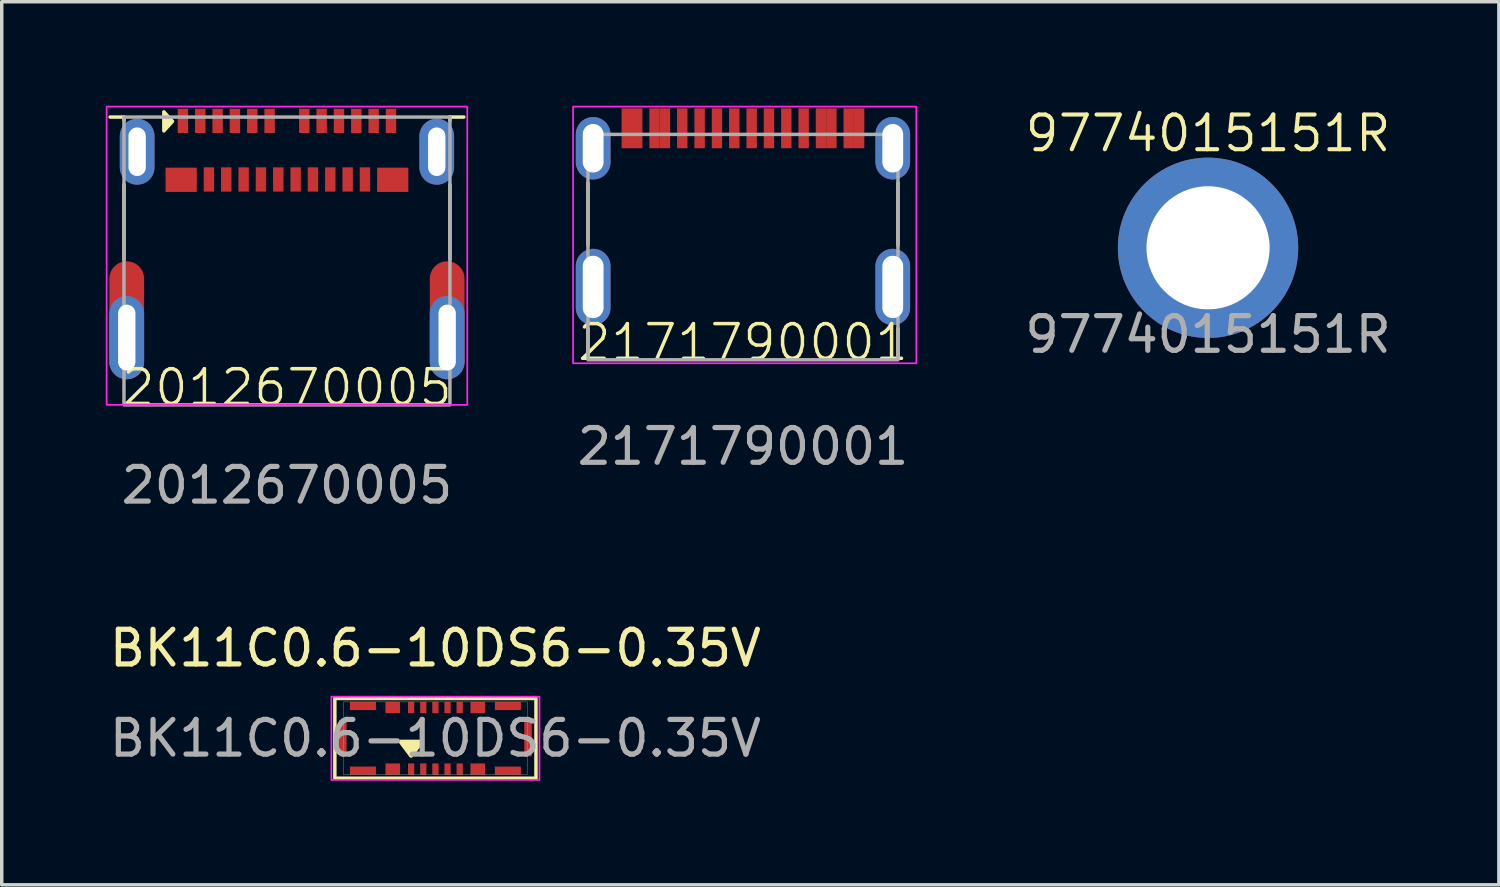
<source format=kicad_pcb>
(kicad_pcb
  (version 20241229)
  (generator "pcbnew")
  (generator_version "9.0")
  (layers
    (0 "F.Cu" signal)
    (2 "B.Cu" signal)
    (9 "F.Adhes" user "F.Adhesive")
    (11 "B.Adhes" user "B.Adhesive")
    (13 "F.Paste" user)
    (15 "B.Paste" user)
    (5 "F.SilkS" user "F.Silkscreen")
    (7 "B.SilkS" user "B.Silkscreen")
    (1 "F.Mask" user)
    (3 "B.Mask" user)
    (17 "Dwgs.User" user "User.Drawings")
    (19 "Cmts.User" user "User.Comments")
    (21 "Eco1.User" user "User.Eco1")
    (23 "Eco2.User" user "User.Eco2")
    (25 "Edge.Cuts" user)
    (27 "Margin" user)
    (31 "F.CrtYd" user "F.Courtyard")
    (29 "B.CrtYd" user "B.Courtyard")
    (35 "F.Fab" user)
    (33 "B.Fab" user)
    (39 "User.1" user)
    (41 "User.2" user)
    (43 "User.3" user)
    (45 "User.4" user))
  (footprint "BK11C0.6-10DS6-0.35V"
    (layer "F.Cu")
    (at 9.506 18.241)
    (property "Reference" "BK11C0.6-10DS6-0.35V" (at 0 -2.6 0) (unlocked yes) (layer "F.SilkS") (effects (font (size 1 1) (thickness 0.15))))
    (attr smd)
    (fp_rect (start -2.9 -1.15) (end 2.9 1.15) (stroke (width 0.1) (type solid)) (fill no) (layer "F.SilkS"))
    (fp_poly (pts (xy -1 0.1) (xy -0.4 0.1) (xy -0.7 0.5)) (stroke (width 0.12) (type solid)) (fill yes) (layer "F.SilkS"))
    (fp_rect (start -3 -1.2) (end 3 1.2) (stroke (width 0.05) (type solid)) (fill no) (layer "F.CrtYd"))
    (fp_rect (start -2.65 -1.05) (end 2.65 1.05) (stroke (width 0.01) (type solid)) (fill no) (layer "F.Fab"))
    (fp_text user "${REFERENCE}" (at 0 0 0) (unlocked yes) (layer "F.Fab") (effects (font (size 1 1) (thickness 0.15))))
    (pad "1" smd rect (at -0.7 0.887) (size 0.18 0.325) (layers "F.Cu" "F.Mask" "F.Paste"))
    (pad "2" smd rect (at -0.7 -0.887) (size 0.18 0.325) (layers "F.Cu" "F.Mask" "F.Paste"))
    (pad "3" smd rect (at -0.35 0.887) (size 0.18 0.325) (layers "F.Cu" "F.Mask" "F.Paste"))
    (pad "4" smd rect (at -0.35 -0.887) (size 0.18 0.325) (layers "F.Cu" "F.Mask" "F.Paste"))
    (pad "5" smd rect (at 0 0.887) (size 0.18 0.325) (layers "F.Cu" "F.Mask" "F.Paste"))
    (pad "6" smd rect (at 0 -0.887) (size 0.18 0.325) (layers "F.Cu" "F.Mask" "F.Paste"))
    (pad "7" smd rect (at 0.35 0.887) (size 0.18 0.325) (layers "F.Cu" "F.Mask" "F.Paste"))
    (pad "8" smd rect (at 0.35 -0.887) (size 0.18 0.325) (layers "F.Cu" "F.Mask" "F.Paste"))
    (pad "9" smd rect (at 0.7 0.887) (size 0.18 0.325) (layers "F.Cu" "F.Mask" "F.Paste"))
    (pad "10" smd rect (at 0.7 -0.887) (size 0.18 0.325) (layers "F.Cu" "F.Mask" "F.Paste"))
    (pad "MTL" smd rect (at -2.67 0) (size 0.215 1.04) (layers "F.Cu" "F.Mask" "F.Paste"))
    (pad "MTL" smd rect (at -2.09 -0.932) (size 0.75 0.235) (layers "F.Cu" "F.Mask" "F.Paste"))
    (pad "MTL" smd rect (at -2.09 0.932) (size 0.75 0.235) (layers "F.Cu" "F.Mask" "F.Paste"))
    (pad "MTR" smd rect (at 2.09 -0.932) (size 0.75 0.235) (layers "F.Cu" "F.Mask" "F.Paste"))
    (pad "MTR" smd rect (at 2.09 0.932) (size 0.75 0.235) (layers "F.Cu" "F.Mask" "F.Paste"))
    (pad "MTR" smd rect (at 2.67 0) (size 0.215 1.04) (layers "F.Cu" "F.Mask" "F.Paste"))
    (pad "P1+" smd rect (at -1.23 0.887) (size 0.42 0.325) (layers "F.Cu" "F.Mask" "F.Paste"))
    (pad "P1-" smd rect (at -1.23 -0.887) (size 0.42 0.325) (layers "F.Cu" "F.Mask" "F.Paste"))
    (pad "P2+" smd rect (at 1.22 0.887) (size 0.42 0.325) (layers "F.Cu" "F.Mask" "F.Paste"))
    (pad "P2-" smd rect (at 1.22 -0.887) (size 0.42 0.325) (layers "F.Cu" "F.Mask" "F.Paste")))
  (footprint "2171790001"
    (layer "F.Cu")
    (at 18.375 7.325)
    (property "Reference" "2171790001" (at 0 -0.5 0) (unlocked yes) (layer "F.SilkS") (effects (font (size 1 1) (thickness 0.1))))
    (attr through_hole)
    (fp_line (start -4.47 -5.1) (end -4.47 -3.3) (stroke (width 0.1) (type default)) (layer "F.SilkS"))
    (fp_line (start -4.47 -0.9) (end -4.47 -0.1) (stroke (width 0.1) (type default)) (layer "F.SilkS"))
    (fp_line (start 4.47 -5.1) (end 4.47 -3.3) (stroke (width 0.1) (type default)) (layer "F.SilkS"))
    (fp_line (start 4.47 -0.9) (end 4.47 -0.1) (stroke (width 0.1) (type default)) (layer "F.SilkS"))
    (fp_rect (start -4.9 -7.3) (end 5 0.1) (stroke (width 0.05) (type default)) (fill no) (layer "F.CrtYd"))
    (fp_rect (start -4.47 -6.5) (end 4.47 0) (stroke (width 0.1) (type default)) (fill no) (layer "F.Fab"))
    (fp_text user "${REFERENCE}" (at 0 2.5 0) (unlocked yes) (layer "F.Fab") (effects (font (size 1 1) (thickness 0.15))))
    (pad "A1" smd rect (at -3.35 -6.675) (size 0.3 1.15) (layers "F.Cu" "F.Mask" "F.Paste"))
    (pad "A4" smd rect (at -2.55 -6.675) (size 0.3 1.15) (layers "F.Cu" "F.Mask" "F.Paste"))
    (pad "A5" smd rect (at -1.25 -6.675) (size 0.3 1.15) (layers "F.Cu" "F.Mask" "F.Paste"))
    (pad "A6" smd rect (at -0.25 -6.675) (size 0.3 1.15) (layers "F.Cu" "F.Mask" "F.Paste"))
    (pad "A7" smd rect (at 0.25 -6.675) (size 0.3 1.15) (layers "F.Cu" "F.Mask" "F.Paste"))
    (pad "A8" smd rect (at 1.25 -6.675) (size 0.3 1.15) (layers "F.Cu" "F.Mask" "F.Paste"))
    (pad "A9" smd rect (at 2.55 -6.675) (size 0.3 1.15) (layers "F.Cu" "F.Mask" "F.Paste"))
    (pad "A12" smd rect (at 3.35 -6.675) (size 0.3 1.15) (layers "F.Cu" "F.Mask" "F.Paste"))
    (pad "B1" smd rect (at 3.05 -6.675) (size 0.3 1.15) (layers "F.Cu" "F.Mask" "F.Paste"))
    (pad "B4" smd rect (at 2.25 -6.675) (size 0.3 1.15) (layers "F.Cu" "F.Mask" "F.Paste"))
    (pad "B5" smd rect (at 1.75 -6.675) (size 0.3 1.15) (layers "F.Cu" "F.Mask" "F.Paste"))
    (pad "B6" smd rect (at 0.75 -6.675) (size 0.3 1.15) (layers "F.Cu" "F.Mask" "F.Paste"))
    (pad "B7" smd rect (at -0.75 -6.675) (size 0.3 1.15) (layers "F.Cu" "F.Mask" "F.Paste"))
    (pad "B8" smd rect (at -1.75 -6.675) (size 0.3 1.15) (layers "F.Cu" "F.Mask" "F.Paste"))
    (pad "B9" smd rect (at -2.25 -6.675) (size 0.3 1.15) (layers "F.Cu" "F.Mask" "F.Paste"))
    (pad "B12" smd rect (at -3.05 -6.675) (size 0.3 1.15) (layers "F.Cu" "F.Mask" "F.Paste"))
    (pad "BL" thru_hole oval (at -4.32 -6.1) (size 1 1.8) (drill oval 0.6 1.4) (layers "*.Cu" "*.Mask" "F.Paste"))
    (pad "BL" thru_hole oval (at 4.32 -6.1) (size 1 1.8) (drill oval 0.6 1.4) (layers "*.Cu" "*.Mask" "F.Paste"))
    (pad "SH" thru_hole oval (at -4.32 -2.1) (size 1 2.2) (drill oval 0.6 1.8) (layers "*.Cu" "*.Mask" "F.Paste"))
    (pad "SH" thru_hole oval (at 4.32 -2.1) (size 1 2.2) (drill oval 0.6 1.8) (layers "*.Cu" "*.Mask" "F.Paste")))
  (footprint "2012670005"
    (layer "F.Cu")
    (at 5.225 8.445)
    (property "Reference" "2012670005" (at 0 -0.32 0) (unlocked yes) (layer "F.SilkS") (effects (font (size 1 1) (thickness 0.1))))
    (attr through_hole)
    (fp_line (start -4.7 -8.12) (end -5.1 -8.12) (stroke (width 0.1) (type default)) (layer "F.SilkS"))
    (fp_line (start -4.7 -8.12) (end -4.7 -8.02) (stroke (width 0.1) (type default)) (layer "F.SilkS"))
    (fp_line (start -4.7 -4.02) (end -4.7 -6.17) (stroke (width 0.1) (type default)) (layer "F.SilkS"))
    (fp_line (start 4.7 -8.12) (end 4.7 -8.02) (stroke (width 0.1) (type default)) (layer "F.SilkS"))
    (fp_line (start 4.7 -8.12) (end 5.1 -8.12) (stroke (width 0.1) (type default)) (layer "F.SilkS"))
    (fp_line (start 4.7 -4.02) (end 4.7 -6.17) (stroke (width 0.1) (type default)) (layer "F.SilkS"))
    (fp_poly (pts (xy -3.55 -8.27) (xy -3.3 -7.995) (xy -3.55 -7.72)) (stroke (width 0.1) (type solid)) (fill yes) (layer "F.SilkS"))
    (fp_rect (start -5.2 -8.42) (end 5.2 0.18) (stroke (width 0.05) (type default)) (fill no) (layer "F.CrtYd"))
    (fp_rect (start -4.7 -8.12) (end 4.7 0.18) (stroke (width 0.1) (type default)) (fill no) (layer "F.Fab"))
    (fp_text user "${REFERENCE}" (at 0 2.5 0) (unlocked yes) (layer "F.Fab") (effects (font (size 1 1) (thickness 0.15))))
    (pad "A1" smd rect (at -3 -8.01) (size 0.3 0.7) (layers "F.Cu" "F.Mask" "F.Paste"))
    (pad "A2" smd rect (at -2.5 -8.01) (size 0.3 0.7) (layers "F.Cu" "F.Mask" "F.Paste"))
    (pad "A3" smd rect (at -2 -8.01) (size 0.3 0.7) (layers "F.Cu" "F.Mask" "F.Paste"))
    (pad "A4" smd rect (at -1.5 -8.01) (size 0.3 0.7) (layers "F.Cu" "F.Mask" "F.Paste"))
    (pad "A5" smd rect (at -1 -8.01) (size 0.3 0.7) (layers "F.Cu" "F.Mask" "F.Paste"))
    (pad "A6" smd rect (at -0.5 -8.01) (size 0.3 0.7) (layers "F.Cu" "F.Mask" "F.Paste"))
    (pad "A7" smd rect (at 0.5 -8.01) (size 0.3 0.7) (layers "F.Cu" "F.Mask" "F.Paste"))
    (pad "A8" smd rect (at 1 -8.01) (size 0.3 0.7) (layers "F.Cu" "F.Mask" "F.Paste"))
    (pad "A9" smd rect (at 1.5 -8.01) (size 0.3 0.7) (layers "F.Cu" "F.Mask" "F.Paste"))
    (pad "A10" smd rect (at 2 -8.01) (size 0.3 0.7) (layers "F.Cu" "F.Mask" "F.Paste"))
    (pad "A11" smd rect (at 2.5 -8.01) (size 0.3 0.7) (layers "F.Cu" "F.Mask" "F.Paste"))
    (pad "A12" smd rect (at 3 -8.01) (size 0.3 0.7) (layers "F.Cu" "F.Mask" "F.Paste"))
    (pad "B1" smd rect (at 3.05 -6.31) (size 0.9 0.7) (layers "F.Cu" "F.Mask" "F.Paste"))
    (pad "B2" smd rect (at 2.25 -6.32) (size 0.3 0.7) (layers "F.Cu" "F.Mask" "F.Paste"))
    (pad "B3" smd rect (at 1.75 -6.32) (size 0.3 0.7) (layers "F.Cu" "F.Mask" "F.Paste"))
    (pad "B4" smd rect (at 1.25 -6.32) (size 0.3 0.7) (layers "F.Cu" "F.Mask" "F.Paste"))
    (pad "B5" smd rect (at 0.75 -6.32) (size 0.3 0.7) (layers "F.Cu" "F.Mask" "F.Paste"))
    (pad "B6" smd rect (at 0.25 -6.32) (size 0.3 0.7) (layers "F.Cu" "F.Mask" "F.Paste"))
    (pad "B7" smd rect (at -0.25 -6.32) (size 0.3 0.7) (layers "F.Cu" "F.Mask" "F.Paste"))
    (pad "B8" smd rect (at -0.75 -6.32) (size 0.3 0.7) (layers "F.Cu" "F.Mask" "F.Paste"))
    (pad "B9" smd rect (at -1.25 -6.32) (size 0.3 0.7) (layers "F.Cu" "F.Mask" "F.Paste"))
    (pad "B10" smd rect (at -1.75 -6.32) (size 0.3 0.7) (layers "F.Cu" "F.Mask" "F.Paste"))
    (pad "B11" smd rect (at -2.25 -6.32) (size 0.3 0.7) (layers "F.Cu" "F.Mask" "F.Paste"))
    (pad "B12" smd rect (at -3.05 -6.31) (size 0.9 0.7) (layers "F.Cu" "F.Mask" "F.Paste"))
    (pad "BLADE" thru_hole oval (at -4.32 -7.12) (size 1 1.9) (drill oval 0.5 1.4) (layers "*.Cu" "*.Mask" "F.Paste"))
    (pad "BLADE" thru_hole oval (at 4.32 -7.12) (size 1 1.9) (drill oval 0.5 1.4) (layers "*.Cu" "*.Mask" "F.Paste"))
    (pad "SHELL" smd oval (at -4.62 -2.26) (size 1 3.4) (layers "F.Cu" "F.Mask" "F.Paste"))
    (pad "SHELL" thru_hole oval (at -4.62 -1.76) (size 1 2.4) (drill oval 0.5 1.9) (layers "*.Cu" "*.Mask"))
    (pad "SHELL" smd oval (at 4.62 -2.26) (size 1 3.4) (layers "F.Cu" "F.Mask" "F.Paste"))
    (pad "SHELL" thru_hole oval (at 4.62 -1.76) (size 1 2.4) (drill oval 0.5 1.9) (layers "*.Cu" "*.Mask")))
  (footprint "9774015151R"
    (layer "F.Cu")
    (at 31.787 4.096)
    (property "Reference" "9774015151R" (at 0 -3.3 0) (unlocked yes) (layer "F.SilkS") (effects (font (size 1 1) (thickness 0.12))))
    (attr through_hole)
    (fp_circle (center 0 0) (end 0 -2.2) (stroke (width 0.1) (type default)) (fill no) (layer "User.2"))
    (fp_text user "${REFERENCE}" (at 0 2.5 0) (unlocked yes) (layer "F.Fab") (effects (font (size 1 1) (thickness 0.15))))
    (pad "1" thru_hole circle (at 0 0) (size 5.2 5.2) (drill 3.55) (layers "*.Cu" "*.Mask")))
  (gr_rect
    (start -3 -3)
    (end 40.174 22.466)
    (stroke (width 0.1) (type default))
    (fill no)
    (layer "Edge.Cuts")))
</source>
